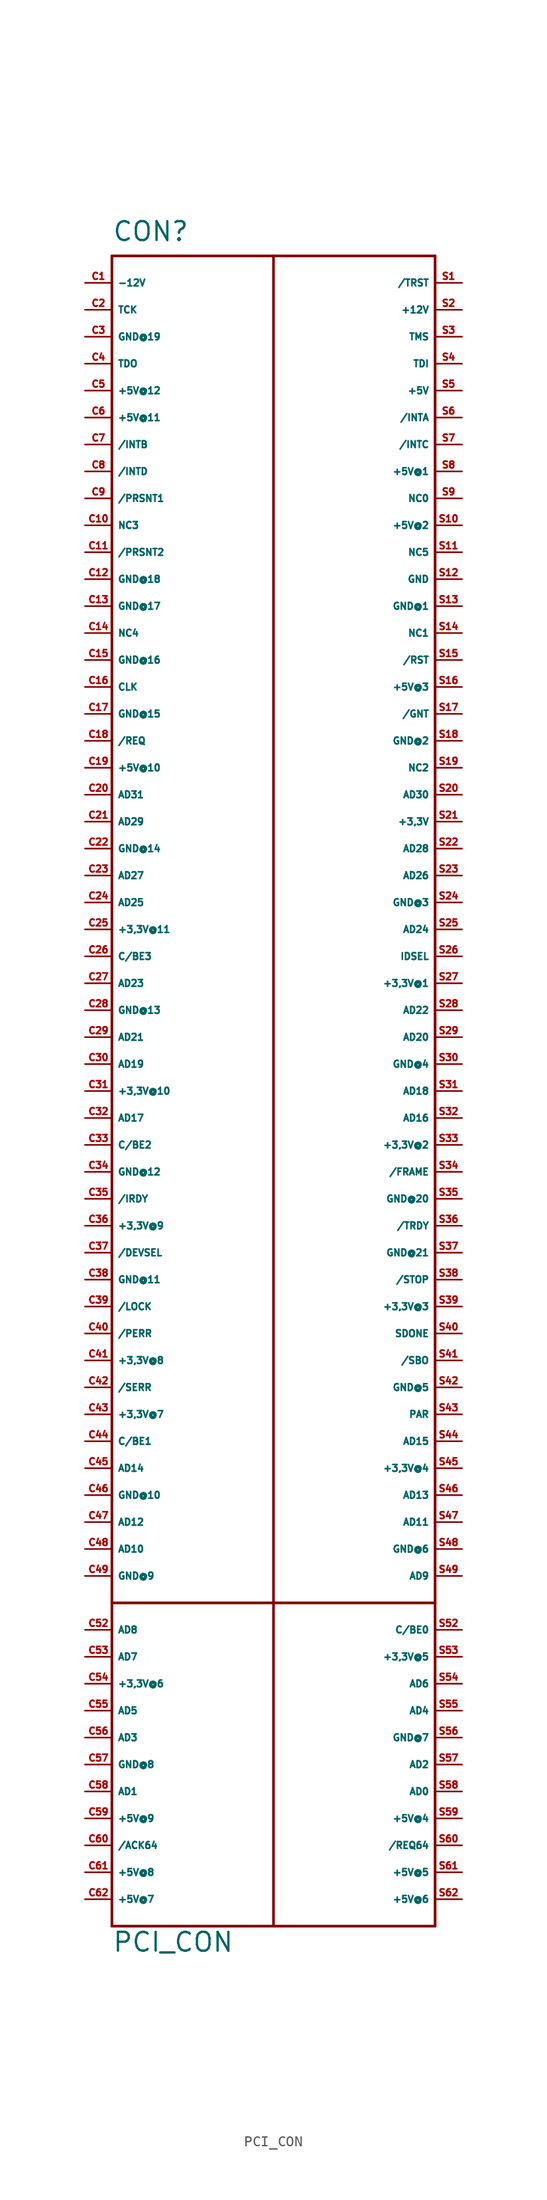
<source format=kicad_sym>
(kicad_symbol_lib
  (version 20220914)
  (generator Eagle2Kicad)
  (symbol "PCI_CON"
    (property "Reference" "CON"
      (at -15.24 77.47 0)
      (effects (font (size 1.778 1.778) (thickness 0.22)) (justify left bottom)))
    (property "Value" "PCI_CON"
      (at -15.24 -83.82 0)
      (effects (font (size 1.778 1.778) (thickness 0.22)) (justify left bottom)))
    (polyline
      (pts (xy -15.24 76.2) (xy 0 76.2))
      (stroke (width 0.254) (type default))
      (fill (type none)))
    (polyline
      (pts (xy 0 76.2) (xy 15.24 76.2))
      (stroke (width 0.254) (type default))
      (fill (type none)))
    (polyline
      (pts (xy 15.24 76.2) (xy 15.24 -50.8))
      (stroke (width 0.254) (type default))
      (fill (type none)))
    (polyline
      (pts (xy 15.24 -50.8) (xy 15.24 -81.28))
      (stroke (width 0.254) (type default))
      (fill (type none)))
    (polyline
      (pts (xy 15.24 -81.28) (xy 0 -81.28))
      (stroke (width 0.254) (type default))
      (fill (type none)))
    (polyline
      (pts (xy 0 -81.28) (xy -15.24 -81.28))
      (stroke (width 0.254) (type default))
      (fill (type none)))
    (polyline
      (pts (xy -15.24 -81.28) (xy -15.24 -50.8))
      (stroke (width 0.254) (type default))
      (fill (type none)))
    (polyline
      (pts (xy -15.24 -50.8) (xy -15.24 76.2))
      (stroke (width 0.254) (type default))
      (fill (type none)))
    (polyline
      (pts (xy -15.24 -50.8) (xy 0 -50.8))
      (stroke (width 0.254) (type default))
      (fill (type none)))
    (polyline
      (pts (xy 0 -50.8) (xy 15.24 -50.8))
      (stroke (width 0.254) (type default))
      (fill (type none)))
    (polyline
      (pts (xy 0 -50.8) (xy 0 -81.28))
      (stroke (width 0.254) (type default))
      (fill (type none)))
    (polyline
      (pts (xy 0 -50.8) (xy 0 76.2))
      (stroke (width 0.254) (type default))
      (fill (type none)))
    (pin passive line
      (at -17.78 -73.66 0)
      (length 2.54)
      (name "/ACK64" (effects (font (size 0.635 0.635) (thickness 0.08)) (justify left bottom)))
      (number "C60" (effects (font (size 0.635 0.635) (thickness 0.08)) (justify left bottom))))
    (pin passive line
      (at -17.78 -17.78 0)
      (length 2.54)
      (name "/DEVSEL" (effects (font (size 0.635 0.635) (thickness 0.08)) (justify left bottom)))
      (number "C37" (effects (font (size 0.635 0.635) (thickness 0.08)) (justify left bottom))))
    (pin passive line
      (at 17.78 -10.16 180)
      (length 2.54)
      (name "/FRAME" (effects (font (size 0.635 0.635) (thickness 0.08)) (justify left bottom)))
      (number "S34" (effects (font (size 0.635 0.635) (thickness 0.08)) (justify left bottom))))
    (pin passive line
      (at 17.78 33.02 180)
      (length 2.54)
      (name "/GNT" (effects (font (size 0.635 0.635) (thickness 0.08)) (justify left bottom)))
      (number "S17" (effects (font (size 0.635 0.635) (thickness 0.08)) (justify left bottom))))
    (pin passive line
      (at 17.78 60.96 180)
      (length 2.54)
      (name "/INTA" (effects (font (size 0.635 0.635) (thickness 0.08)) (justify left bottom)))
      (number "S6" (effects (font (size 0.635 0.635) (thickness 0.08)) (justify left bottom))))
    (pin passive line
      (at -17.78 58.42 0)
      (length 2.54)
      (name "/INTB" (effects (font (size 0.635 0.635) (thickness 0.08)) (justify left bottom)))
      (number "C7" (effects (font (size 0.635 0.635) (thickness 0.08)) (justify left bottom))))
    (pin passive line
      (at 17.78 58.42 180)
      (length 2.54)
      (name "/INTC" (effects (font (size 0.635 0.635) (thickness 0.08)) (justify left bottom)))
      (number "S7" (effects (font (size 0.635 0.635) (thickness 0.08)) (justify left bottom))))
    (pin passive line
      (at -17.78 55.88 0)
      (length 2.54)
      (name "/INTD" (effects (font (size 0.635 0.635) (thickness 0.08)) (justify left bottom)))
      (number "C8" (effects (font (size 0.635 0.635) (thickness 0.08)) (justify left bottom))))
    (pin passive line
      (at -17.78 -12.7 0)
      (length 2.54)
      (name "/IRDY" (effects (font (size 0.635 0.635) (thickness 0.08)) (justify left bottom)))
      (number "C35" (effects (font (size 0.635 0.635) (thickness 0.08)) (justify left bottom))))
    (pin passive line
      (at -17.78 -22.86 0)
      (length 2.54)
      (name "/LOCK" (effects (font (size 0.635 0.635) (thickness 0.08)) (justify left bottom)))
      (number "C39" (effects (font (size 0.635 0.635) (thickness 0.08)) (justify left bottom))))
    (pin passive line
      (at -17.78 -25.4 0)
      (length 2.54)
      (name "/PERR" (effects (font (size 0.635 0.635) (thickness 0.08)) (justify left bottom)))
      (number "C40" (effects (font (size 0.635 0.635) (thickness 0.08)) (justify left bottom))))
    (pin passive line
      (at -17.78 53.34 0)
      (length 2.54)
      (name "/PRSNT1" (effects (font (size 0.635 0.635) (thickness 0.08)) (justify left bottom)))
      (number "C9" (effects (font (size 0.635 0.635) (thickness 0.08)) (justify left bottom))))
    (pin passive line
      (at -17.78 48.26 0)
      (length 2.54)
      (name "/PRSNT2" (effects (font (size 0.635 0.635) (thickness 0.08)) (justify left bottom)))
      (number "C11" (effects (font (size 0.635 0.635) (thickness 0.08)) (justify left bottom))))
    (pin passive line
      (at -17.78 30.48 0)
      (length 2.54)
      (name "/REQ" (effects (font (size 0.635 0.635) (thickness 0.08)) (justify left bottom)))
      (number "C18" (effects (font (size 0.635 0.635) (thickness 0.08)) (justify left bottom))))
    (pin passive line
      (at 17.78 -73.66 180)
      (length 2.54)
      (name "/REQ64" (effects (font (size 0.635 0.635) (thickness 0.08)) (justify left bottom)))
      (number "S60" (effects (font (size 0.635 0.635) (thickness 0.08)) (justify left bottom))))
    (pin passive line
      (at 17.78 38.1 180)
      (length 2.54)
      (name "/RST" (effects (font (size 0.635 0.635) (thickness 0.08)) (justify left bottom)))
      (number "S15" (effects (font (size 0.635 0.635) (thickness 0.08)) (justify left bottom))))
    (pin passive line
      (at 17.78 -27.94 180)
      (length 2.54)
      (name "/SBO" (effects (font (size 0.635 0.635) (thickness 0.08)) (justify left bottom)))
      (number "S41" (effects (font (size 0.635 0.635) (thickness 0.08)) (justify left bottom))))
    (pin passive line
      (at -17.78 -30.48 0)
      (length 2.54)
      (name "/SERR" (effects (font (size 0.635 0.635) (thickness 0.08)) (justify left bottom)))
      (number "C42" (effects (font (size 0.635 0.635) (thickness 0.08)) (justify left bottom))))
    (pin passive line
      (at 17.78 -20.32 180)
      (length 2.54)
      (name "/STOP" (effects (font (size 0.635 0.635) (thickness 0.08)) (justify left bottom)))
      (number "S38" (effects (font (size 0.635 0.635) (thickness 0.08)) (justify left bottom))))
    (pin passive line
      (at 17.78 -15.24 180)
      (length 2.54)
      (name "/TRDY" (effects (font (size 0.635 0.635) (thickness 0.08)) (justify left bottom)))
      (number "S36" (effects (font (size 0.635 0.635) (thickness 0.08)) (justify left bottom))))
    (pin passive line
      (at 17.78 73.66 180)
      (length 2.54)
      (name "/TRST" (effects (font (size 0.635 0.635) (thickness 0.08)) (justify left bottom)))
      (number "S1" (effects (font (size 0.635 0.635) (thickness 0.08)) (justify left bottom))))
    (pin unspecified line
      (at 17.78 22.86 180)
      (length 2.54)
      (name "+3,3V" (effects (font (size 0.635 0.635) (thickness 0.08)) (justify left bottom)))
      (number "S21" (effects (font (size 0.635 0.635) (thickness 0.08)) (justify left bottom))))
    (pin unspecified line
      (at 17.78 7.62 180)
      (length 2.54)
      (name "+3,3V@1" (effects (font (size 0.635 0.635) (thickness 0.08)) (justify left bottom)))
      (number "S27" (effects (font (size 0.635 0.635) (thickness 0.08)) (justify left bottom))))
    (pin unspecified line
      (at 17.78 -7.62 180)
      (length 2.54)
      (name "+3,3V@2" (effects (font (size 0.635 0.635) (thickness 0.08)) (justify left bottom)))
      (number "S33" (effects (font (size 0.635 0.635) (thickness 0.08)) (justify left bottom))))
    (pin passive line
      (at 17.78 -22.86 180)
      (length 2.54)
      (name "+3,3V@3" (effects (font (size 0.635 0.635) (thickness 0.08)) (justify left bottom)))
      (number "S39" (effects (font (size 0.635 0.635) (thickness 0.08)) (justify left bottom))))
    (pin unspecified line
      (at 17.78 -38.1 180)
      (length 2.54)
      (name "+3,3V@4" (effects (font (size 0.635 0.635) (thickness 0.08)) (justify left bottom)))
      (number "S45" (effects (font (size 0.635 0.635) (thickness 0.08)) (justify left bottom))))
    (pin unspecified line
      (at 17.78 -55.88 180)
      (length 2.54)
      (name "+3,3V@5" (effects (font (size 0.635 0.635) (thickness 0.08)) (justify left bottom)))
      (number "S53" (effects (font (size 0.635 0.635) (thickness 0.08)) (justify left bottom))))
    (pin unspecified line
      (at -17.78 12.7 0)
      (length 2.54)
      (name "+3,3V@11" (effects (font (size 0.635 0.635) (thickness 0.08)) (justify left bottom)))
      (number "C25" (effects (font (size 0.635 0.635) (thickness 0.08)) (justify left bottom))))
    (pin unspecified line
      (at -17.78 -2.54 0)
      (length 2.54)
      (name "+3,3V@10" (effects (font (size 0.635 0.635) (thickness 0.08)) (justify left bottom)))
      (number "C31" (effects (font (size 0.635 0.635) (thickness 0.08)) (justify left bottom))))
    (pin unspecified line
      (at -17.78 -15.24 0)
      (length 2.54)
      (name "+3,3V@9" (effects (font (size 0.635 0.635) (thickness 0.08)) (justify left bottom)))
      (number "C36" (effects (font (size 0.635 0.635) (thickness 0.08)) (justify left bottom))))
    (pin unspecified line
      (at -17.78 -27.94 0)
      (length 2.54)
      (name "+3,3V@8" (effects (font (size 0.635 0.635) (thickness 0.08)) (justify left bottom)))
      (number "C41" (effects (font (size 0.635 0.635) (thickness 0.08)) (justify left bottom))))
    (pin unspecified line
      (at -17.78 -33.02 0)
      (length 2.54)
      (name "+3,3V@7" (effects (font (size 0.635 0.635) (thickness 0.08)) (justify left bottom)))
      (number "C43" (effects (font (size 0.635 0.635) (thickness 0.08)) (justify left bottom))))
    (pin unspecified line
      (at -17.78 -58.42 0)
      (length 2.54)
      (name "+3,3V@6" (effects (font (size 0.635 0.635) (thickness 0.08)) (justify left bottom)))
      (number "C54" (effects (font (size 0.635 0.635) (thickness 0.08)) (justify left bottom))))
    (pin unspecified line
      (at 17.78 63.5 180)
      (length 2.54)
      (name "+5V" (effects (font (size 0.635 0.635) (thickness 0.08)) (justify left bottom)))
      (number "S5" (effects (font (size 0.635 0.635) (thickness 0.08)) (justify left bottom))))
    (pin unspecified line
      (at 17.78 55.88 180)
      (length 2.54)
      (name "+5V@1" (effects (font (size 0.635 0.635) (thickness 0.08)) (justify left bottom)))
      (number "S8" (effects (font (size 0.635 0.635) (thickness 0.08)) (justify left bottom))))
    (pin unspecified line
      (at 17.78 50.8 180)
      (length 2.54)
      (name "+5V@2" (effects (font (size 0.635 0.635) (thickness 0.08)) (justify left bottom)))
      (number "S10" (effects (font (size 0.635 0.635) (thickness 0.08)) (justify left bottom))))
    (pin unspecified line
      (at 17.78 35.56 180)
      (length 2.54)
      (name "+5V@3" (effects (font (size 0.635 0.635) (thickness 0.08)) (justify left bottom)))
      (number "S16" (effects (font (size 0.635 0.635) (thickness 0.08)) (justify left bottom))))
    (pin unspecified line
      (at 17.78 -71.12 180)
      (length 2.54)
      (name "+5V@4" (effects (font (size 0.635 0.635) (thickness 0.08)) (justify left bottom)))
      (number "S59" (effects (font (size 0.635 0.635) (thickness 0.08)) (justify left bottom))))
    (pin unspecified line
      (at 17.78 -76.2 180)
      (length 2.54)
      (name "+5V@5" (effects (font (size 0.635 0.635) (thickness 0.08)) (justify left bottom)))
      (number "S61" (effects (font (size 0.635 0.635) (thickness 0.08)) (justify left bottom))))
    (pin unspecified line
      (at 17.78 -78.74 180)
      (length 2.54)
      (name "+5V@6" (effects (font (size 0.635 0.635) (thickness 0.08)) (justify left bottom)))
      (number "S62" (effects (font (size 0.635 0.635) (thickness 0.08)) (justify left bottom))))
    (pin unspecified line
      (at -17.78 63.5 0)
      (length 2.54)
      (name "+5V@12" (effects (font (size 0.635 0.635) (thickness 0.08)) (justify left bottom)))
      (number "C5" (effects (font (size 0.635 0.635) (thickness 0.08)) (justify left bottom))))
    (pin unspecified line
      (at -17.78 60.96 0)
      (length 2.54)
      (name "+5V@11" (effects (font (size 0.635 0.635) (thickness 0.08)) (justify left bottom)))
      (number "C6" (effects (font (size 0.635 0.635) (thickness 0.08)) (justify left bottom))))
    (pin unspecified line
      (at -17.78 27.94 0)
      (length 2.54)
      (name "+5V@10" (effects (font (size 0.635 0.635) (thickness 0.08)) (justify left bottom)))
      (number "C19" (effects (font (size 0.635 0.635) (thickness 0.08)) (justify left bottom))))
    (pin unspecified line
      (at -17.78 -71.12 0)
      (length 2.54)
      (name "+5V@9" (effects (font (size 0.635 0.635) (thickness 0.08)) (justify left bottom)))
      (number "C59" (effects (font (size 0.635 0.635) (thickness 0.08)) (justify left bottom))))
    (pin unspecified line
      (at -17.78 -76.2 0)
      (length 2.54)
      (name "+5V@8" (effects (font (size 0.635 0.635) (thickness 0.08)) (justify left bottom)))
      (number "C61" (effects (font (size 0.635 0.635) (thickness 0.08)) (justify left bottom))))
    (pin unspecified line
      (at -17.78 -78.74 0)
      (length 2.54)
      (name "+5V@7" (effects (font (size 0.635 0.635) (thickness 0.08)) (justify left bottom)))
      (number "C62" (effects (font (size 0.635 0.635) (thickness 0.08)) (justify left bottom))))
    (pin unspecified line
      (at 17.78 71.12 180)
      (length 2.54)
      (name "+12V" (effects (font (size 0.635 0.635) (thickness 0.08)) (justify left bottom)))
      (number "S2" (effects (font (size 0.635 0.635) (thickness 0.08)) (justify left bottom))))
    (pin unspecified line
      (at -17.78 73.66 0)
      (length 2.54)
      (name "-12V" (effects (font (size 0.635 0.635) (thickness 0.08)) (justify left bottom)))
      (number "C1" (effects (font (size 0.635 0.635) (thickness 0.08)) (justify left bottom))))
    (pin passive line
      (at 17.78 -68.58 180)
      (length 2.54)
      (name "AD0" (effects (font (size 0.635 0.635) (thickness 0.08)) (justify left bottom)))
      (number "S58" (effects (font (size 0.635 0.635) (thickness 0.08)) (justify left bottom))))
    (pin passive line
      (at -17.78 -68.58 0)
      (length 2.54)
      (name "AD1" (effects (font (size 0.635 0.635) (thickness 0.08)) (justify left bottom)))
      (number "C58" (effects (font (size 0.635 0.635) (thickness 0.08)) (justify left bottom))))
    (pin passive line
      (at 17.78 -66.04 180)
      (length 2.54)
      (name "AD2" (effects (font (size 0.635 0.635) (thickness 0.08)) (justify left bottom)))
      (number "S57" (effects (font (size 0.635 0.635) (thickness 0.08)) (justify left bottom))))
    (pin passive line
      (at -17.78 -63.5 0)
      (length 2.54)
      (name "AD3" (effects (font (size 0.635 0.635) (thickness 0.08)) (justify left bottom)))
      (number "C56" (effects (font (size 0.635 0.635) (thickness 0.08)) (justify left bottom))))
    (pin passive line
      (at 17.78 -60.96 180)
      (length 2.54)
      (name "AD4" (effects (font (size 0.635 0.635) (thickness 0.08)) (justify left bottom)))
      (number "S55" (effects (font (size 0.635 0.635) (thickness 0.08)) (justify left bottom))))
    (pin passive line
      (at -17.78 -60.96 0)
      (length 2.54)
      (name "AD5" (effects (font (size 0.635 0.635) (thickness 0.08)) (justify left bottom)))
      (number "C55" (effects (font (size 0.635 0.635) (thickness 0.08)) (justify left bottom))))
    (pin passive line
      (at 17.78 -58.42 180)
      (length 2.54)
      (name "AD6" (effects (font (size 0.635 0.635) (thickness 0.08)) (justify left bottom)))
      (number "S54" (effects (font (size 0.635 0.635) (thickness 0.08)) (justify left bottom))))
    (pin passive line
      (at -17.78 -55.88 0)
      (length 2.54)
      (name "AD7" (effects (font (size 0.635 0.635) (thickness 0.08)) (justify left bottom)))
      (number "C53" (effects (font (size 0.635 0.635) (thickness 0.08)) (justify left bottom))))
    (pin passive line
      (at -17.78 -53.34 0)
      (length 2.54)
      (name "AD8" (effects (font (size 0.635 0.635) (thickness 0.08)) (justify left bottom)))
      (number "C52" (effects (font (size 0.635 0.635) (thickness 0.08)) (justify left bottom))))
    (pin passive line
      (at 17.78 -48.26 180)
      (length 2.54)
      (name "AD9" (effects (font (size 0.635 0.635) (thickness 0.08)) (justify left bottom)))
      (number "S49" (effects (font (size 0.635 0.635) (thickness 0.08)) (justify left bottom))))
    (pin passive line
      (at -17.78 -45.72 0)
      (length 2.54)
      (name "AD10" (effects (font (size 0.635 0.635) (thickness 0.08)) (justify left bottom)))
      (number "C48" (effects (font (size 0.635 0.635) (thickness 0.08)) (justify left bottom))))
    (pin passive line
      (at 17.78 -43.18 180)
      (length 2.54)
      (name "AD11" (effects (font (size 0.635 0.635) (thickness 0.08)) (justify left bottom)))
      (number "S47" (effects (font (size 0.635 0.635) (thickness 0.08)) (justify left bottom))))
    (pin passive line
      (at -17.78 -43.18 0)
      (length 2.54)
      (name "AD12" (effects (font (size 0.635 0.635) (thickness 0.08)) (justify left bottom)))
      (number "C47" (effects (font (size 0.635 0.635) (thickness 0.08)) (justify left bottom))))
    (pin passive line
      (at 17.78 -40.64 180)
      (length 2.54)
      (name "AD13" (effects (font (size 0.635 0.635) (thickness 0.08)) (justify left bottom)))
      (number "S46" (effects (font (size 0.635 0.635) (thickness 0.08)) (justify left bottom))))
    (pin passive line
      (at -17.78 -38.1 0)
      (length 2.54)
      (name "AD14" (effects (font (size 0.635 0.635) (thickness 0.08)) (justify left bottom)))
      (number "C45" (effects (font (size 0.635 0.635) (thickness 0.08)) (justify left bottom))))
    (pin passive line
      (at 17.78 -35.56 180)
      (length 2.54)
      (name "AD15" (effects (font (size 0.635 0.635) (thickness 0.08)) (justify left bottom)))
      (number "S44" (effects (font (size 0.635 0.635) (thickness 0.08)) (justify left bottom))))
    (pin passive line
      (at 17.78 -5.08 180)
      (length 2.54)
      (name "AD16" (effects (font (size 0.635 0.635) (thickness 0.08)) (justify left bottom)))
      (number "S32" (effects (font (size 0.635 0.635) (thickness 0.08)) (justify left bottom))))
    (pin passive line
      (at -17.78 -5.08 0)
      (length 2.54)
      (name "AD17" (effects (font (size 0.635 0.635) (thickness 0.08)) (justify left bottom)))
      (number "C32" (effects (font (size 0.635 0.635) (thickness 0.08)) (justify left bottom))))
    (pin passive line
      (at 17.78 -2.54 180)
      (length 2.54)
      (name "AD18" (effects (font (size 0.635 0.635) (thickness 0.08)) (justify left bottom)))
      (number "S31" (effects (font (size 0.635 0.635) (thickness 0.08)) (justify left bottom))))
    (pin passive line
      (at -17.78 0 0)
      (length 2.54)
      (name "AD19" (effects (font (size 0.635 0.635) (thickness 0.08)) (justify left bottom)))
      (number "C30" (effects (font (size 0.635 0.635) (thickness 0.08)) (justify left bottom))))
    (pin passive line
      (at 17.78 2.54 180)
      (length 2.54)
      (name "AD20" (effects (font (size 0.635 0.635) (thickness 0.08)) (justify left bottom)))
      (number "S29" (effects (font (size 0.635 0.635) (thickness 0.08)) (justify left bottom))))
    (pin passive line
      (at -17.78 2.54 0)
      (length 2.54)
      (name "AD21" (effects (font (size 0.635 0.635) (thickness 0.08)) (justify left bottom)))
      (number "C29" (effects (font (size 0.635 0.635) (thickness 0.08)) (justify left bottom))))
    (pin passive line
      (at 17.78 5.08 180)
      (length 2.54)
      (name "AD22" (effects (font (size 0.635 0.635) (thickness 0.08)) (justify left bottom)))
      (number "S28" (effects (font (size 0.635 0.635) (thickness 0.08)) (justify left bottom))))
    (pin passive line
      (at -17.78 7.62 0)
      (length 2.54)
      (name "AD23" (effects (font (size 0.635 0.635) (thickness 0.08)) (justify left bottom)))
      (number "C27" (effects (font (size 0.635 0.635) (thickness 0.08)) (justify left bottom))))
    (pin passive line
      (at 17.78 12.7 180)
      (length 2.54)
      (name "AD24" (effects (font (size 0.635 0.635) (thickness 0.08)) (justify left bottom)))
      (number "S25" (effects (font (size 0.635 0.635) (thickness 0.08)) (justify left bottom))))
    (pin passive line
      (at -17.78 15.24 0)
      (length 2.54)
      (name "AD25" (effects (font (size 0.635 0.635) (thickness 0.08)) (justify left bottom)))
      (number "C24" (effects (font (size 0.635 0.635) (thickness 0.08)) (justify left bottom))))
    (pin passive line
      (at 17.78 17.78 180)
      (length 2.54)
      (name "AD26" (effects (font (size 0.635 0.635) (thickness 0.08)) (justify left bottom)))
      (number "S23" (effects (font (size 0.635 0.635) (thickness 0.08)) (justify left bottom))))
    (pin passive line
      (at -17.78 17.78 0)
      (length 2.54)
      (name "AD27" (effects (font (size 0.635 0.635) (thickness 0.08)) (justify left bottom)))
      (number "C23" (effects (font (size 0.635 0.635) (thickness 0.08)) (justify left bottom))))
    (pin passive line
      (at 17.78 20.32 180)
      (length 2.54)
      (name "AD28" (effects (font (size 0.635 0.635) (thickness 0.08)) (justify left bottom)))
      (number "S22" (effects (font (size 0.635 0.635) (thickness 0.08)) (justify left bottom))))
    (pin passive line
      (at -17.78 22.86 0)
      (length 2.54)
      (name "AD29" (effects (font (size 0.635 0.635) (thickness 0.08)) (justify left bottom)))
      (number "C21" (effects (font (size 0.635 0.635) (thickness 0.08)) (justify left bottom))))
    (pin passive line
      (at 17.78 25.4 180)
      (length 2.54)
      (name "AD30" (effects (font (size 0.635 0.635) (thickness 0.08)) (justify left bottom)))
      (number "S20" (effects (font (size 0.635 0.635) (thickness 0.08)) (justify left bottom))))
    (pin passive line
      (at -17.78 25.4 0)
      (length 2.54)
      (name "AD31" (effects (font (size 0.635 0.635) (thickness 0.08)) (justify left bottom)))
      (number "C20" (effects (font (size 0.635 0.635) (thickness 0.08)) (justify left bottom))))
    (pin passive line
      (at 17.78 -53.34 180)
      (length 2.54)
      (name "C/BE0" (effects (font (size 0.635 0.635) (thickness 0.08)) (justify left bottom)))
      (number "S52" (effects (font (size 0.635 0.635) (thickness 0.08)) (justify left bottom))))
    (pin passive line
      (at -17.78 -35.56 0)
      (length 2.54)
      (name "C/BE1" (effects (font (size 0.635 0.635) (thickness 0.08)) (justify left bottom)))
      (number "C44" (effects (font (size 0.635 0.635) (thickness 0.08)) (justify left bottom))))
    (pin passive line
      (at -17.78 -7.62 0)
      (length 2.54)
      (name "C/BE2" (effects (font (size 0.635 0.635) (thickness 0.08)) (justify left bottom)))
      (number "C33" (effects (font (size 0.635 0.635) (thickness 0.08)) (justify left bottom))))
    (pin passive line
      (at -17.78 10.16 0)
      (length 2.54)
      (name "C/BE3" (effects (font (size 0.635 0.635) (thickness 0.08)) (justify left bottom)))
      (number "C26" (effects (font (size 0.635 0.635) (thickness 0.08)) (justify left bottom))))
    (pin passive line
      (at -17.78 35.56 0)
      (length 2.54)
      (name "CLK" (effects (font (size 0.635 0.635) (thickness 0.08)) (justify left bottom)))
      (number "C16" (effects (font (size 0.635 0.635) (thickness 0.08)) (justify left bottom))))
    (pin unspecified line
      (at 17.78 45.72 180)
      (length 2.54)
      (name "GND" (effects (font (size 0.635 0.635) (thickness 0.08)) (justify left bottom)))
      (number "S12" (effects (font (size 0.635 0.635) (thickness 0.08)) (justify left bottom))))
    (pin unspecified line
      (at 17.78 43.18 180)
      (length 2.54)
      (name "GND@1" (effects (font (size 0.635 0.635) (thickness 0.08)) (justify left bottom)))
      (number "S13" (effects (font (size 0.635 0.635) (thickness 0.08)) (justify left bottom))))
    (pin unspecified line
      (at 17.78 30.48 180)
      (length 2.54)
      (name "GND@2" (effects (font (size 0.635 0.635) (thickness 0.08)) (justify left bottom)))
      (number "S18" (effects (font (size 0.635 0.635) (thickness 0.08)) (justify left bottom))))
    (pin unspecified line
      (at 17.78 15.24 180)
      (length 2.54)
      (name "GND@3" (effects (font (size 0.635 0.635) (thickness 0.08)) (justify left bottom)))
      (number "S24" (effects (font (size 0.635 0.635) (thickness 0.08)) (justify left bottom))))
    (pin unspecified line
      (at 17.78 0 180)
      (length 2.54)
      (name "GND@4" (effects (font (size 0.635 0.635) (thickness 0.08)) (justify left bottom)))
      (number "S30" (effects (font (size 0.635 0.635) (thickness 0.08)) (justify left bottom))))
    (pin unspecified line
      (at 17.78 -12.7 180)
      (length 2.54)
      (name "GND@20" (effects (font (size 0.635 0.635) (thickness 0.08)) (justify left bottom)))
      (number "S35" (effects (font (size 0.635 0.635) (thickness 0.08)) (justify left bottom))))
    (pin passive line
      (at 17.78 -17.78 180)
      (length 2.54)
      (name "GND@21" (effects (font (size 0.635 0.635) (thickness 0.08)) (justify left bottom)))
      (number "S37" (effects (font (size 0.635 0.635) (thickness 0.08)) (justify left bottom))))
    (pin unspecified line
      (at 17.78 -30.48 180)
      (length 2.54)
      (name "GND@5" (effects (font (size 0.635 0.635) (thickness 0.08)) (justify left bottom)))
      (number "S42" (effects (font (size 0.635 0.635) (thickness 0.08)) (justify left bottom))))
    (pin unspecified line
      (at 17.78 -45.72 180)
      (length 2.54)
      (name "GND@6" (effects (font (size 0.635 0.635) (thickness 0.08)) (justify left bottom)))
      (number "S48" (effects (font (size 0.635 0.635) (thickness 0.08)) (justify left bottom))))
    (pin unspecified line
      (at 17.78 -63.5 180)
      (length 2.54)
      (name "GND@7" (effects (font (size 0.635 0.635) (thickness 0.08)) (justify left bottom)))
      (number "S56" (effects (font (size 0.635 0.635) (thickness 0.08)) (justify left bottom))))
    (pin unspecified line
      (at -17.78 68.58 0)
      (length 2.54)
      (name "GND@19" (effects (font (size 0.635 0.635) (thickness 0.08)) (justify left bottom)))
      (number "C3" (effects (font (size 0.635 0.635) (thickness 0.08)) (justify left bottom))))
    (pin passive line
      (at -17.78 45.72 0)
      (length 2.54)
      (name "GND@18" (effects (font (size 0.635 0.635) (thickness 0.08)) (justify left bottom)))
      (number "C12" (effects (font (size 0.635 0.635) (thickness 0.08)) (justify left bottom))))
    (pin unspecified line
      (at -17.78 43.18 0)
      (length 2.54)
      (name "GND@17" (effects (font (size 0.635 0.635) (thickness 0.08)) (justify left bottom)))
      (number "C13" (effects (font (size 0.635 0.635) (thickness 0.08)) (justify left bottom))))
    (pin unspecified line
      (at -17.78 38.1 0)
      (length 2.54)
      (name "GND@16" (effects (font (size 0.635 0.635) (thickness 0.08)) (justify left bottom)))
      (number "C15" (effects (font (size 0.635 0.635) (thickness 0.08)) (justify left bottom))))
    (pin unspecified line
      (at -17.78 33.02 0)
      (length 2.54)
      (name "GND@15" (effects (font (size 0.635 0.635) (thickness 0.08)) (justify left bottom)))
      (number "C17" (effects (font (size 0.635 0.635) (thickness 0.08)) (justify left bottom))))
    (pin unspecified line
      (at -17.78 20.32 0)
      (length 2.54)
      (name "GND@14" (effects (font (size 0.635 0.635) (thickness 0.08)) (justify left bottom)))
      (number "C22" (effects (font (size 0.635 0.635) (thickness 0.08)) (justify left bottom))))
    (pin unspecified line
      (at -17.78 5.08 0)
      (length 2.54)
      (name "GND@13" (effects (font (size 0.635 0.635) (thickness 0.08)) (justify left bottom)))
      (number "C28" (effects (font (size 0.635 0.635) (thickness 0.08)) (justify left bottom))))
    (pin unspecified line
      (at -17.78 -10.16 0)
      (length 2.54)
      (name "GND@12" (effects (font (size 0.635 0.635) (thickness 0.08)) (justify left bottom)))
      (number "C34" (effects (font (size 0.635 0.635) (thickness 0.08)) (justify left bottom))))
    (pin unspecified line
      (at -17.78 -20.32 0)
      (length 2.54)
      (name "GND@11" (effects (font (size 0.635 0.635) (thickness 0.08)) (justify left bottom)))
      (number "C38" (effects (font (size 0.635 0.635) (thickness 0.08)) (justify left bottom))))
    (pin unspecified line
      (at -17.78 -40.64 0)
      (length 2.54)
      (name "GND@10" (effects (font (size 0.635 0.635) (thickness 0.08)) (justify left bottom)))
      (number "C46" (effects (font (size 0.635 0.635) (thickness 0.08)) (justify left bottom))))
    (pin unspecified line
      (at -17.78 -48.26 0)
      (length 2.54)
      (name "GND@9" (effects (font (size 0.635 0.635) (thickness 0.08)) (justify left bottom)))
      (number "C49" (effects (font (size 0.635 0.635) (thickness 0.08)) (justify left bottom))))
    (pin unspecified line
      (at -17.78 -66.04 0)
      (length 2.54)
      (name "GND@8" (effects (font (size 0.635 0.635) (thickness 0.08)) (justify left bottom)))
      (number "C57" (effects (font (size 0.635 0.635) (thickness 0.08)) (justify left bottom))))
    (pin passive line
      (at 17.78 10.16 180)
      (length 2.54)
      (name "IDSEL" (effects (font (size 0.635 0.635) (thickness 0.08)) (justify left bottom)))
      (number "S26" (effects (font (size 0.635 0.635) (thickness 0.08)) (justify left bottom))))
    (pin passive line
      (at 17.78 53.34 180)
      (length 2.54)
      (name "NC0" (effects (font (size 0.635 0.635) (thickness 0.08)) (justify left bottom)))
      (number "S9" (effects (font (size 0.635 0.635) (thickness 0.08)) (justify left bottom))))
    (pin passive line
      (at 17.78 48.26 180)
      (length 2.54)
      (name "NC5" (effects (font (size 0.635 0.635) (thickness 0.08)) (justify left bottom)))
      (number "S11" (effects (font (size 0.635 0.635) (thickness 0.08)) (justify left bottom))))
    (pin passive line
      (at 17.78 40.64 180)
      (length 2.54)
      (name "NC1" (effects (font (size 0.635 0.635) (thickness 0.08)) (justify left bottom)))
      (number "S14" (effects (font (size 0.635 0.635) (thickness 0.08)) (justify left bottom))))
    (pin passive line
      (at 17.78 27.94 180)
      (length 2.54)
      (name "NC2" (effects (font (size 0.635 0.635) (thickness 0.08)) (justify left bottom)))
      (number "S19" (effects (font (size 0.635 0.635) (thickness 0.08)) (justify left bottom))))
    (pin passive line
      (at -17.78 50.8 0)
      (length 2.54)
      (name "NC3" (effects (font (size 0.635 0.635) (thickness 0.08)) (justify left bottom)))
      (number "C10" (effects (font (size 0.635 0.635) (thickness 0.08)) (justify left bottom))))
    (pin passive line
      (at -17.78 40.64 0)
      (length 2.54)
      (name "NC4" (effects (font (size 0.635 0.635) (thickness 0.08)) (justify left bottom)))
      (number "C14" (effects (font (size 0.635 0.635) (thickness 0.08)) (justify left bottom))))
    (pin passive line
      (at 17.78 -33.02 180)
      (length 2.54)
      (name "PAR" (effects (font (size 0.635 0.635) (thickness 0.08)) (justify left bottom)))
      (number "S43" (effects (font (size 0.635 0.635) (thickness 0.08)) (justify left bottom))))
    (pin passive line
      (at 17.78 -25.4 180)
      (length 2.54)
      (name "SDONE" (effects (font (size 0.635 0.635) (thickness 0.08)) (justify left bottom)))
      (number "S40" (effects (font (size 0.635 0.635) (thickness 0.08)) (justify left bottom))))
    (pin passive line
      (at -17.78 71.12 0)
      (length 2.54)
      (name "TCK" (effects (font (size 0.635 0.635) (thickness 0.08)) (justify left bottom)))
      (number "C2" (effects (font (size 0.635 0.635) (thickness 0.08)) (justify left bottom))))
    (pin passive line
      (at 17.78 66.04 180)
      (length 2.54)
      (name "TDI" (effects (font (size 0.635 0.635) (thickness 0.08)) (justify left bottom)))
      (number "S4" (effects (font (size 0.635 0.635) (thickness 0.08)) (justify left bottom))))
    (pin passive line
      (at -17.78 66.04 0)
      (length 2.54)
      (name "TDO" (effects (font (size 0.635 0.635) (thickness 0.08)) (justify left bottom)))
      (number "C4" (effects (font (size 0.635 0.635) (thickness 0.08)) (justify left bottom))))
    (pin passive line
      (at 17.78 68.58 180)
      (length 2.54)
      (name "TMS" (effects (font (size 0.635 0.635) (thickness 0.08)) (justify left bottom)))
      (number "S3" (effects (font (size 0.635 0.635) (thickness 0.08)) (justify left bottom))))))
</source>
